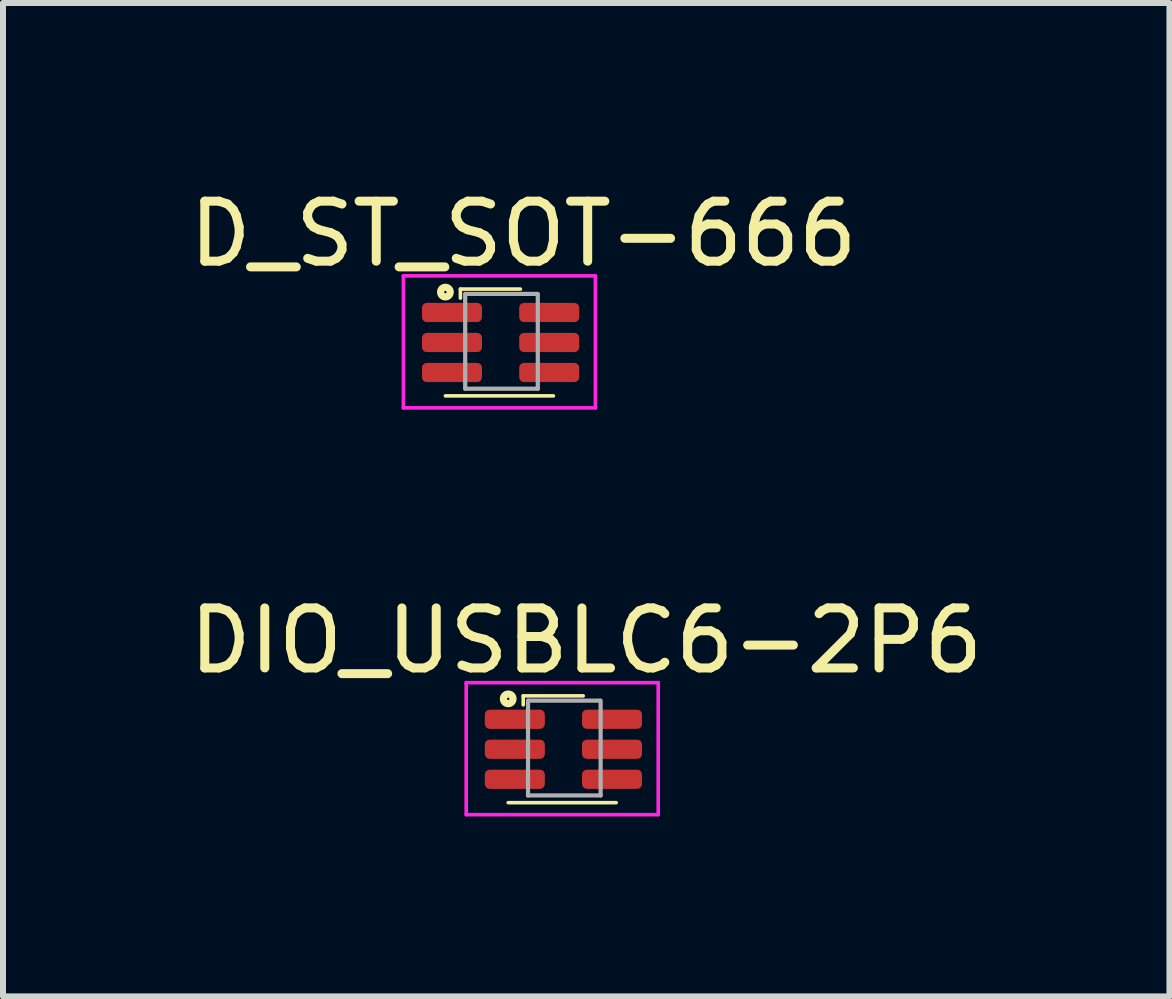
<source format=kicad_pcb>
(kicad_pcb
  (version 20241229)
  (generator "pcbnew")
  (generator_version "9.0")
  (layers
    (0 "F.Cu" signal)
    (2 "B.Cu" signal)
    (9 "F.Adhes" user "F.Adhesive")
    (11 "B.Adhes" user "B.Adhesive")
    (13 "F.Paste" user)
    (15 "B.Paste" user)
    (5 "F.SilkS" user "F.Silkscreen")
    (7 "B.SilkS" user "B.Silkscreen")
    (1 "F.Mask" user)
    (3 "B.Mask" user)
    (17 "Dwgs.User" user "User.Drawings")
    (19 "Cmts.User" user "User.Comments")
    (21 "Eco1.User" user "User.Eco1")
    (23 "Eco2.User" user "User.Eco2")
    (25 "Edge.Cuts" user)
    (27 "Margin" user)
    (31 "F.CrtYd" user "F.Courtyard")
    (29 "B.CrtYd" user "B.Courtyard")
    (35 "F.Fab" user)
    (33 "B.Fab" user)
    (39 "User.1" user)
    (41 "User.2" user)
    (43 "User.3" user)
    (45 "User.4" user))
  (footprint "D_ST_SOT-666"
    (layer "F.Cu")
    (at 5.293 2.648)
    (property "Reference" "D_ST_SOT-666" (at 0.38 -1.8 0) (layer "F.SilkS") (effects (font (size 1 1) (thickness 0.15))))
    (attr through_hole)
    (fp_line (start -0.92 0.9) (end 0.88 0.9) (stroke (width 0.06) (type solid)) (layer "F.SilkS"))
    (fp_line (start -0.67 -0.88) (end 0.33 -0.88) (stroke (width 0.06) (type solid)) (layer "F.SilkS"))
    (fp_line (start -0.67 -0.73) (end -0.67 -0.88) (stroke (width 0.06) (type solid)) (layer "F.SilkS"))
    (fp_circle (center -0.92 -0.83) (end -0.9 -0.83) (stroke (width 0.12) (type solid)) (fill no) (layer "F.SilkS"))
    (fp_line (start -1.62 -1.1) (end -1.62 1.1) (stroke (width 0.06) (type solid)) (layer "F.CrtYd"))
    (fp_line (start -1.62 1.1) (end 1.58 1.1) (stroke (width 0.06) (type solid)) (layer "F.CrtYd"))
    (fp_line (start 1.58 -1.1) (end -1.62 -1.1) (stroke (width 0.06) (type solid)) (layer "F.CrtYd"))
    (fp_line (start 1.58 1.1) (end 1.58 -1.1) (stroke (width 0.06) (type solid)) (layer "F.CrtYd"))
    (fp_line (start -0.59 -0.8) (end -0.59 0.78) (stroke (width 0.07) (type solid)) (layer "F.Fab"))
    (fp_line (start -0.59 0.78) (end 0.62 0.78) (stroke (width 0.07) (type solid)) (layer "F.Fab"))
    (fp_line (start -0.586 -0.8) (end 0.606 -0.8) (stroke (width 0.07) (type solid)) (layer "F.Fab"))
    (fp_line (start 0.62 -0.8) (end 0.62 0.78) (stroke (width 0.07) (type solid)) (layer "F.Fab"))
    (pad "1" smd roundrect (at -0.81 -0.49 90) (size 0.32 1) (layers "F.Cu" "F.Mask" "F.Paste") (roundrect_rratio 0.25))
    (pad "2" smd roundrect (at -0.81 0.01 90) (size 0.32 1) (layers "F.Cu" "F.Mask" "F.Paste") (roundrect_rratio 0.25))
    (pad "3" smd roundrect (at -0.81 0.51 90) (size 0.32 1) (layers "F.Cu" "F.Mask" "F.Paste") (roundrect_rratio 0.25))
    (pad "4" smd roundrect (at 0.81 0.51 90) (size 0.32 1) (layers "F.Cu" "F.Mask" "F.Paste") (roundrect_rratio 0.25))
    (pad "5" smd roundrect (at 0.81 0.01 90) (size 0.32 1) (layers "F.Cu" "F.Mask" "F.Paste") (roundrect_rratio 0.25))
    (pad "6" smd roundrect (at 0.81 -0.49 90) (size 0.32 1) (layers "F.Cu" "F.Mask" "F.Paste") (roundrect_rratio 0.25)))
  (footprint "DIO_USBLC6-2P6"
    (layer "F.Cu")
    (at 6.34 9.427)
    (property "Reference" "DIO_USBLC6-2P6" (at 0.38 -1.8 0) (layer "F.SilkS") (effects (font (size 1 1) (thickness 0.15))))
    (attr through_hole)
    (fp_line (start -0.92 0.9) (end 0.88 0.9) (stroke (width 0.06) (type solid)) (layer "F.SilkS"))
    (fp_line (start -0.67 -0.88) (end 0.33 -0.88) (stroke (width 0.06) (type solid)) (layer "F.SilkS"))
    (fp_line (start -0.67 -0.73) (end -0.67 -0.88) (stroke (width 0.06) (type solid)) (layer "F.SilkS"))
    (fp_circle (center -0.92 -0.83) (end -0.9 -0.83) (stroke (width 0.12) (type solid)) (fill no) (layer "F.SilkS"))
    (fp_line (start -1.62 -1.1) (end -1.62 1.1) (stroke (width 0.06) (type solid)) (layer "F.CrtYd"))
    (fp_line (start -1.62 1.1) (end 1.58 1.1) (stroke (width 0.06) (type solid)) (layer "F.CrtYd"))
    (fp_line (start 1.58 -1.1) (end -1.62 -1.1) (stroke (width 0.06) (type solid)) (layer "F.CrtYd"))
    (fp_line (start 1.58 1.1) (end 1.58 -1.1) (stroke (width 0.06) (type solid)) (layer "F.CrtYd"))
    (fp_line (start -0.59 -0.8) (end -0.59 0.78) (stroke (width 0.07) (type solid)) (layer "F.Fab"))
    (fp_line (start -0.59 0.78) (end 0.62 0.78) (stroke (width 0.07) (type solid)) (layer "F.Fab"))
    (fp_line (start -0.586 -0.8) (end 0.606 -0.8) (stroke (width 0.07) (type solid)) (layer "F.Fab"))
    (fp_line (start 0.62 -0.8) (end 0.62 0.78) (stroke (width 0.07) (type solid)) (layer "F.Fab"))
    (pad "1" smd roundrect (at -0.81 -0.49 90) (size 0.32 1) (layers "F.Cu" "F.Mask" "F.Paste") (roundrect_rratio 0.25))
    (pad "2" smd roundrect (at -0.81 0.01 90) (size 0.32 1) (layers "F.Cu" "F.Mask" "F.Paste") (roundrect_rratio 0.25))
    (pad "3" smd roundrect (at -0.81 0.51 90) (size 0.32 1) (layers "F.Cu" "F.Mask" "F.Paste") (roundrect_rratio 0.25))
    (pad "4" smd roundrect (at 0.81 0.51 90) (size 0.32 1) (layers "F.Cu" "F.Mask" "F.Paste") (roundrect_rratio 0.25))
    (pad "5" smd roundrect (at 0.81 0.01 90) (size 0.32 1) (layers "F.Cu" "F.Mask" "F.Paste") (roundrect_rratio 0.25))
    (pad "6" smd roundrect (at 0.81 -0.49 90) (size 0.32 1) (layers "F.Cu" "F.Mask" "F.Paste") (roundrect_rratio 0.25)))
  (gr_rect
    (start -3 -3)
    (end 16.44 13.556)
    (stroke (width 0.1) (type default))
    (fill no)
    (layer "Edge.Cuts")))
</source>
